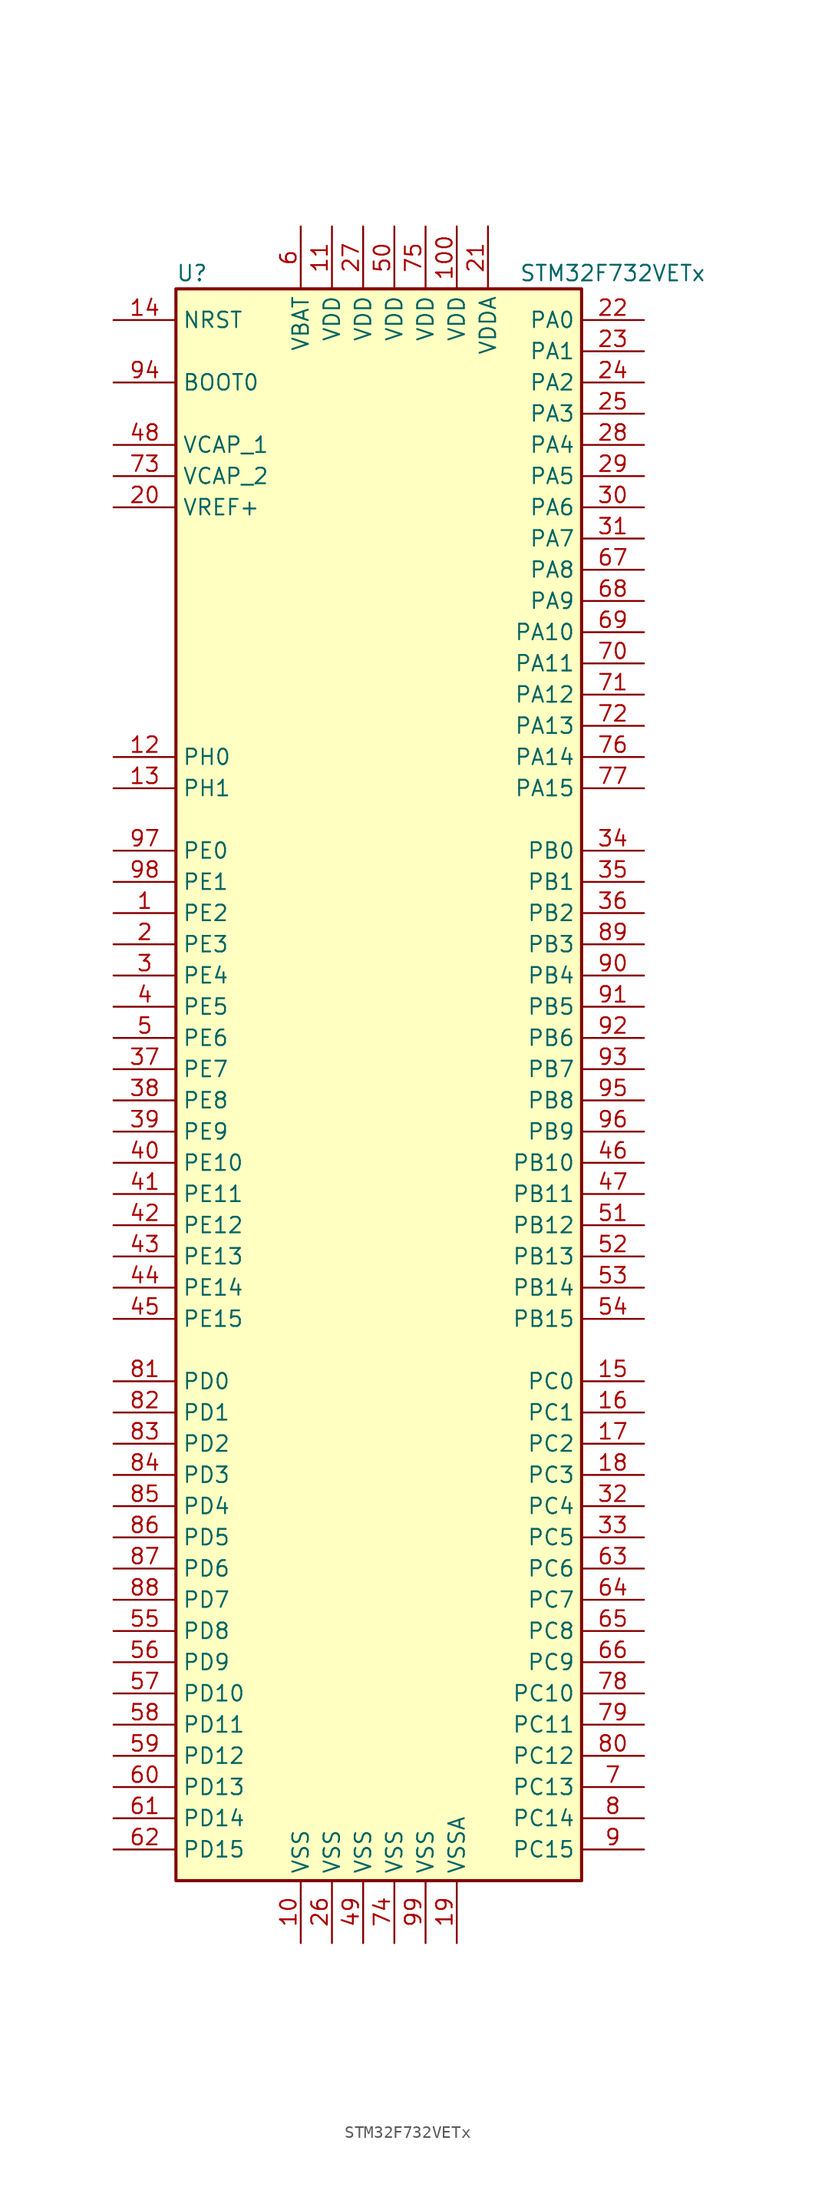
<source format=kicad_sym>
(kicad_symbol_lib
  (version 20201005)
  (generator kicad_symbol_editor)
  (symbol "MCU_ST_STM32F7:STM32F732VETx"
    (property "Reference" "U"
      (at -17.78 64.77 0)
      (effects (font (size 1.27 1.27)) (justify left)))
    (property "Value" "STM32F732VETx"
      (at 10.16 64.77 0)
      (effects (font (size 1.27 1.27)) (justify left)))
    (symbol "STM32F732VETx_0_1"
      (rectangle (start -17.78 -66.04) (end 15.24 63.5) (stroke (width 0.254)) (fill (type background))))
    (symbol "STM32F732VETx_1_1"
      (pin input line (at -22.86 55.88 0) (length 5.08) (name "BOOT0" (effects (font (size 1.27 1.27)))) (number "94" (effects (font (size 1.27 1.27)))))
      (pin input line (at -22.86 60.96 0) (length 5.08) (name "NRST" (effects (font (size 1.27 1.27)))) (number "14" (effects (font (size 1.27 1.27)))))
      (pin bidirectional line (at 20.32 60.96 180) (length 5.08) (name "PA0" (effects (font (size 1.27 1.27)))) (number "22" (effects (font (size 1.27 1.27)))))
      (pin bidirectional line (at 20.32 58.42 180) (length 5.08) (name "PA1" (effects (font (size 1.27 1.27)))) (number "23" (effects (font (size 1.27 1.27)))))
      (pin bidirectional line (at 20.32 35.56 180) (length 5.08) (name "PA10" (effects (font (size 1.27 1.27)))) (number "69" (effects (font (size 1.27 1.27)))))
      (pin bidirectional line (at 20.32 33.02 180) (length 5.08) (name "PA11" (effects (font (size 1.27 1.27)))) (number "70" (effects (font (size 1.27 1.27)))))
      (pin bidirectional line (at 20.32 30.48 180) (length 5.08) (name "PA12" (effects (font (size 1.27 1.27)))) (number "71" (effects (font (size 1.27 1.27)))))
      (pin bidirectional line (at 20.32 27.94 180) (length 5.08) (name "PA13" (effects (font (size 1.27 1.27)))) (number "72" (effects (font (size 1.27 1.27)))))
      (pin bidirectional line (at 20.32 25.4 180) (length 5.08) (name "PA14" (effects (font (size 1.27 1.27)))) (number "76" (effects (font (size 1.27 1.27)))))
      (pin bidirectional line (at 20.32 22.86 180) (length 5.08) (name "PA15" (effects (font (size 1.27 1.27)))) (number "77" (effects (font (size 1.27 1.27)))))
      (pin bidirectional line (at 20.32 55.88 180) (length 5.08) (name "PA2" (effects (font (size 1.27 1.27)))) (number "24" (effects (font (size 1.27 1.27)))))
      (pin bidirectional line (at 20.32 53.34 180) (length 5.08) (name "PA3" (effects (font (size 1.27 1.27)))) (number "25" (effects (font (size 1.27 1.27)))))
      (pin bidirectional line (at 20.32 50.8 180) (length 5.08) (name "PA4" (effects (font (size 1.27 1.27)))) (number "28" (effects (font (size 1.27 1.27)))))
      (pin bidirectional line (at 20.32 48.26 180) (length 5.08) (name "PA5" (effects (font (size 1.27 1.27)))) (number "29" (effects (font (size 1.27 1.27)))))
      (pin bidirectional line (at 20.32 45.72 180) (length 5.08) (name "PA6" (effects (font (size 1.27 1.27)))) (number "30" (effects (font (size 1.27 1.27)))))
      (pin bidirectional line (at 20.32 43.18 180) (length 5.08) (name "PA7" (effects (font (size 1.27 1.27)))) (number "31" (effects (font (size 1.27 1.27)))))
      (pin bidirectional line (at 20.32 40.64 180) (length 5.08) (name "PA8" (effects (font (size 1.27 1.27)))) (number "67" (effects (font (size 1.27 1.27)))))
      (pin bidirectional line (at 20.32 38.1 180) (length 5.08) (name "PA9" (effects (font (size 1.27 1.27)))) (number "68" (effects (font (size 1.27 1.27)))))
      (pin bidirectional line (at 20.32 17.78 180) (length 5.08) (name "PB0" (effects (font (size 1.27 1.27)))) (number "34" (effects (font (size 1.27 1.27)))))
      (pin bidirectional line (at 20.32 15.24 180) (length 5.08) (name "PB1" (effects (font (size 1.27 1.27)))) (number "35" (effects (font (size 1.27 1.27)))))
      (pin bidirectional line (at 20.32 -7.62 180) (length 5.08) (name "PB10" (effects (font (size 1.27 1.27)))) (number "46" (effects (font (size 1.27 1.27)))))
      (pin bidirectional line (at 20.32 -10.16 180) (length 5.08) (name "PB11" (effects (font (size 1.27 1.27)))) (number "47" (effects (font (size 1.27 1.27)))))
      (pin bidirectional line (at 20.32 -12.7 180) (length 5.08) (name "PB12" (effects (font (size 1.27 1.27)))) (number "51" (effects (font (size 1.27 1.27)))))
      (pin bidirectional line (at 20.32 -15.24 180) (length 5.08) (name "PB13" (effects (font (size 1.27 1.27)))) (number "52" (effects (font (size 1.27 1.27)))))
      (pin bidirectional line (at 20.32 -17.78 180) (length 5.08) (name "PB14" (effects (font (size 1.27 1.27)))) (number "53" (effects (font (size 1.27 1.27)))))
      (pin bidirectional line (at 20.32 -20.32 180) (length 5.08) (name "PB15" (effects (font (size 1.27 1.27)))) (number "54" (effects (font (size 1.27 1.27)))))
      (pin bidirectional line (at 20.32 12.7 180) (length 5.08) (name "PB2" (effects (font (size 1.27 1.27)))) (number "36" (effects (font (size 1.27 1.27)))))
      (pin bidirectional line (at 20.32 10.16 180) (length 5.08) (name "PB3" (effects (font (size 1.27 1.27)))) (number "89" (effects (font (size 1.27 1.27)))))
      (pin bidirectional line (at 20.32 7.62 180) (length 5.08) (name "PB4" (effects (font (size 1.27 1.27)))) (number "90" (effects (font (size 1.27 1.27)))))
      (pin bidirectional line (at 20.32 5.08 180) (length 5.08) (name "PB5" (effects (font (size 1.27 1.27)))) (number "91" (effects (font (size 1.27 1.27)))))
      (pin bidirectional line (at 20.32 2.54 180) (length 5.08) (name "PB6" (effects (font (size 1.27 1.27)))) (number "92" (effects (font (size 1.27 1.27)))))
      (pin bidirectional line (at 20.32 0 180) (length 5.08) (name "PB7" (effects (font (size 1.27 1.27)))) (number "93" (effects (font (size 1.27 1.27)))))
      (pin bidirectional line (at 20.32 -2.54 180) (length 5.08) (name "PB8" (effects (font (size 1.27 1.27)))) (number "95" (effects (font (size 1.27 1.27)))))
      (pin bidirectional line (at 20.32 -5.08 180) (length 5.08) (name "PB9" (effects (font (size 1.27 1.27)))) (number "96" (effects (font (size 1.27 1.27)))))
      (pin bidirectional line (at 20.32 -25.4 180) (length 5.08) (name "PC0" (effects (font (size 1.27 1.27)))) (number "15" (effects (font (size 1.27 1.27)))))
      (pin bidirectional line (at 20.32 -27.94 180) (length 5.08) (name "PC1" (effects (font (size 1.27 1.27)))) (number "16" (effects (font (size 1.27 1.27)))))
      (pin bidirectional line (at 20.32 -50.8 180) (length 5.08) (name "PC10" (effects (font (size 1.27 1.27)))) (number "78" (effects (font (size 1.27 1.27)))))
      (pin bidirectional line (at 20.32 -53.34 180) (length 5.08) (name "PC11" (effects (font (size 1.27 1.27)))) (number "79" (effects (font (size 1.27 1.27)))))
      (pin bidirectional line (at 20.32 -55.88 180) (length 5.08) (name "PC12" (effects (font (size 1.27 1.27)))) (number "80" (effects (font (size 1.27 1.27)))))
      (pin bidirectional line (at 20.32 -58.42 180) (length 5.08) (name "PC13" (effects (font (size 1.27 1.27)))) (number "7" (effects (font (size 1.27 1.27)))))
      (pin bidirectional line (at 20.32 -60.96 180) (length 5.08) (name "PC14" (effects (font (size 1.27 1.27)))) (number "8" (effects (font (size 1.27 1.27)))))
      (pin bidirectional line (at 20.32 -63.5 180) (length 5.08) (name "PC15" (effects (font (size 1.27 1.27)))) (number "9" (effects (font (size 1.27 1.27)))))
      (pin bidirectional line (at 20.32 -30.48 180) (length 5.08) (name "PC2" (effects (font (size 1.27 1.27)))) (number "17" (effects (font (size 1.27 1.27)))))
      (pin bidirectional line (at 20.32 -33.02 180) (length 5.08) (name "PC3" (effects (font (size 1.27 1.27)))) (number "18" (effects (font (size 1.27 1.27)))))
      (pin bidirectional line (at 20.32 -35.56 180) (length 5.08) (name "PC4" (effects (font (size 1.27 1.27)))) (number "32" (effects (font (size 1.27 1.27)))))
      (pin bidirectional line (at 20.32 -38.1 180) (length 5.08) (name "PC5" (effects (font (size 1.27 1.27)))) (number "33" (effects (font (size 1.27 1.27)))))
      (pin bidirectional line (at 20.32 -40.64 180) (length 5.08) (name "PC6" (effects (font (size 1.27 1.27)))) (number "63" (effects (font (size 1.27 1.27)))))
      (pin bidirectional line (at 20.32 -43.18 180) (length 5.08) (name "PC7" (effects (font (size 1.27 1.27)))) (number "64" (effects (font (size 1.27 1.27)))))
      (pin bidirectional line (at 20.32 -45.72 180) (length 5.08) (name "PC8" (effects (font (size 1.27 1.27)))) (number "65" (effects (font (size 1.27 1.27)))))
      (pin bidirectional line (at 20.32 -48.26 180) (length 5.08) (name "PC9" (effects (font (size 1.27 1.27)))) (number "66" (effects (font (size 1.27 1.27)))))
      (pin bidirectional line (at -22.86 -25.4 0) (length 5.08) (name "PD0" (effects (font (size 1.27 1.27)))) (number "81" (effects (font (size 1.27 1.27)))))
      (pin bidirectional line (at -22.86 -27.94 0) (length 5.08) (name "PD1" (effects (font (size 1.27 1.27)))) (number "82" (effects (font (size 1.27 1.27)))))
      (pin bidirectional line (at -22.86 -50.8 0) (length 5.08) (name "PD10" (effects (font (size 1.27 1.27)))) (number "57" (effects (font (size 1.27 1.27)))))
      (pin bidirectional line (at -22.86 -53.34 0) (length 5.08) (name "PD11" (effects (font (size 1.27 1.27)))) (number "58" (effects (font (size 1.27 1.27)))))
      (pin bidirectional line (at -22.86 -55.88 0) (length 5.08) (name "PD12" (effects (font (size 1.27 1.27)))) (number "59" (effects (font (size 1.27 1.27)))))
      (pin bidirectional line (at -22.86 -58.42 0) (length 5.08) (name "PD13" (effects (font (size 1.27 1.27)))) (number "60" (effects (font (size 1.27 1.27)))))
      (pin bidirectional line (at -22.86 -60.96 0) (length 5.08) (name "PD14" (effects (font (size 1.27 1.27)))) (number "61" (effects (font (size 1.27 1.27)))))
      (pin bidirectional line (at -22.86 -63.5 0) (length 5.08) (name "PD15" (effects (font (size 1.27 1.27)))) (number "62" (effects (font (size 1.27 1.27)))))
      (pin bidirectional line (at -22.86 -30.48 0) (length 5.08) (name "PD2" (effects (font (size 1.27 1.27)))) (number "83" (effects (font (size 1.27 1.27)))))
      (pin bidirectional line (at -22.86 -33.02 0) (length 5.08) (name "PD3" (effects (font (size 1.27 1.27)))) (number "84" (effects (font (size 1.27 1.27)))))
      (pin bidirectional line (at -22.86 -35.56 0) (length 5.08) (name "PD4" (effects (font (size 1.27 1.27)))) (number "85" (effects (font (size 1.27 1.27)))))
      (pin bidirectional line (at -22.86 -38.1 0) (length 5.08) (name "PD5" (effects (font (size 1.27 1.27)))) (number "86" (effects (font (size 1.27 1.27)))))
      (pin bidirectional line (at -22.86 -40.64 0) (length 5.08) (name "PD6" (effects (font (size 1.27 1.27)))) (number "87" (effects (font (size 1.27 1.27)))))
      (pin bidirectional line (at -22.86 -43.18 0) (length 5.08) (name "PD7" (effects (font (size 1.27 1.27)))) (number "88" (effects (font (size 1.27 1.27)))))
      (pin bidirectional line (at -22.86 -45.72 0) (length 5.08) (name "PD8" (effects (font (size 1.27 1.27)))) (number "55" (effects (font (size 1.27 1.27)))))
      (pin bidirectional line (at -22.86 -48.26 0) (length 5.08) (name "PD9" (effects (font (size 1.27 1.27)))) (number "56" (effects (font (size 1.27 1.27)))))
      (pin bidirectional line (at -22.86 17.78 0) (length 5.08) (name "PE0" (effects (font (size 1.27 1.27)))) (number "97" (effects (font (size 1.27 1.27)))))
      (pin bidirectional line (at -22.86 15.24 0) (length 5.08) (name "PE1" (effects (font (size 1.27 1.27)))) (number "98" (effects (font (size 1.27 1.27)))))
      (pin bidirectional line (at -22.86 -7.62 0) (length 5.08) (name "PE10" (effects (font (size 1.27 1.27)))) (number "40" (effects (font (size 1.27 1.27)))))
      (pin bidirectional line (at -22.86 -10.16 0) (length 5.08) (name "PE11" (effects (font (size 1.27 1.27)))) (number "41" (effects (font (size 1.27 1.27)))))
      (pin bidirectional line (at -22.86 -12.7 0) (length 5.08) (name "PE12" (effects (font (size 1.27 1.27)))) (number "42" (effects (font (size 1.27 1.27)))))
      (pin bidirectional line (at -22.86 -15.24 0) (length 5.08) (name "PE13" (effects (font (size 1.27 1.27)))) (number "43" (effects (font (size 1.27 1.27)))))
      (pin bidirectional line (at -22.86 -17.78 0) (length 5.08) (name "PE14" (effects (font (size 1.27 1.27)))) (number "44" (effects (font (size 1.27 1.27)))))
      (pin bidirectional line (at -22.86 -20.32 0) (length 5.08) (name "PE15" (effects (font (size 1.27 1.27)))) (number "45" (effects (font (size 1.27 1.27)))))
      (pin bidirectional line (at -22.86 12.7 0) (length 5.08) (name "PE2" (effects (font (size 1.27 1.27)))) (number "1" (effects (font (size 1.27 1.27)))))
      (pin bidirectional line (at -22.86 10.16 0) (length 5.08) (name "PE3" (effects (font (size 1.27 1.27)))) (number "2" (effects (font (size 1.27 1.27)))))
      (pin bidirectional line (at -22.86 7.62 0) (length 5.08) (name "PE4" (effects (font (size 1.27 1.27)))) (number "3" (effects (font (size 1.27 1.27)))))
      (pin bidirectional line (at -22.86 5.08 0) (length 5.08) (name "PE5" (effects (font (size 1.27 1.27)))) (number "4" (effects (font (size 1.27 1.27)))))
      (pin bidirectional line (at -22.86 2.54 0) (length 5.08) (name "PE6" (effects (font (size 1.27 1.27)))) (number "5" (effects (font (size 1.27 1.27)))))
      (pin bidirectional line (at -22.86 0 0) (length 5.08) (name "PE7" (effects (font (size 1.27 1.27)))) (number "37" (effects (font (size 1.27 1.27)))))
      (pin bidirectional line (at -22.86 -2.54 0) (length 5.08) (name "PE8" (effects (font (size 1.27 1.27)))) (number "38" (effects (font (size 1.27 1.27)))))
      (pin bidirectional line (at -22.86 -5.08 0) (length 5.08) (name "PE9" (effects (font (size 1.27 1.27)))) (number "39" (effects (font (size 1.27 1.27)))))
      (pin input line (at -22.86 25.4 0) (length 5.08) (name "PH0" (effects (font (size 1.27 1.27)))) (number "12" (effects (font (size 1.27 1.27)))))
      (pin input line (at -22.86 22.86 0) (length 5.08) (name "PH1" (effects (font (size 1.27 1.27)))) (number "13" (effects (font (size 1.27 1.27)))))
      (pin power_in line (at -7.62 68.58 270) (length 5.08) (name "VBAT" (effects (font (size 1.27 1.27)))) (number "6" (effects (font (size 1.27 1.27)))))
      (pin power_in line (at -22.86 50.8 0) (length 5.08) (name "VCAP_1" (effects (font (size 1.27 1.27)))) (number "48" (effects (font (size 1.27 1.27)))))
      (pin power_in line (at -22.86 48.26 0) (length 5.08) (name "VCAP_2" (effects (font (size 1.27 1.27)))) (number "73" (effects (font (size 1.27 1.27)))))
      (pin power_in line (at 5.08 68.58 270) (length 5.08) (name "VDD" (effects (font (size 1.27 1.27)))) (number "100" (effects (font (size 1.27 1.27)))))
      (pin power_in line (at -5.08 68.58 270) (length 5.08) (name "VDD" (effects (font (size 1.27 1.27)))) (number "11" (effects (font (size 1.27 1.27)))))
      (pin power_in line (at -2.54 68.58 270) (length 5.08) (name "VDD" (effects (font (size 1.27 1.27)))) (number "27" (effects (font (size 1.27 1.27)))))
      (pin power_in line (at 0 68.58 270) (length 5.08) (name "VDD" (effects (font (size 1.27 1.27)))) (number "50" (effects (font (size 1.27 1.27)))))
      (pin power_in line (at 2.54 68.58 270) (length 5.08) (name "VDD" (effects (font (size 1.27 1.27)))) (number "75" (effects (font (size 1.27 1.27)))))
      (pin power_in line (at 7.62 68.58 270) (length 5.08) (name "VDDA" (effects (font (size 1.27 1.27)))) (number "21" (effects (font (size 1.27 1.27)))))
      (pin power_in line (at -22.86 45.72 0) (length 5.08) (name "VREF+" (effects (font (size 1.27 1.27)))) (number "20" (effects (font (size 1.27 1.27)))))
      (pin power_in line (at -7.62 -71.12 90) (length 5.08) (name "VSS" (effects (font (size 1.27 1.27)))) (number "10" (effects (font (size 1.27 1.27)))))
      (pin power_in line (at -5.08 -71.12 90) (length 5.08) (name "VSS" (effects (font (size 1.27 1.27)))) (number "26" (effects (font (size 1.27 1.27)))))
      (pin power_in line (at -2.54 -71.12 90) (length 5.08) (name "VSS" (effects (font (size 1.27 1.27)))) (number "49" (effects (font (size 1.27 1.27)))))
      (pin power_in line (at 0 -71.12 90) (length 5.08) (name "VSS" (effects (font (size 1.27 1.27)))) (number "74" (effects (font (size 1.27 1.27)))))
      (pin power_in line (at 2.54 -71.12 90) (length 5.08) (name "VSS" (effects (font (size 1.27 1.27)))) (number "99" (effects (font (size 1.27 1.27)))))
      (pin power_in line (at 5.08 -71.12 90) (length 5.08) (name "VSSA" (effects (font (size 1.27 1.27)))) (number "19" (effects (font (size 1.27 1.27))))))))
</source>
